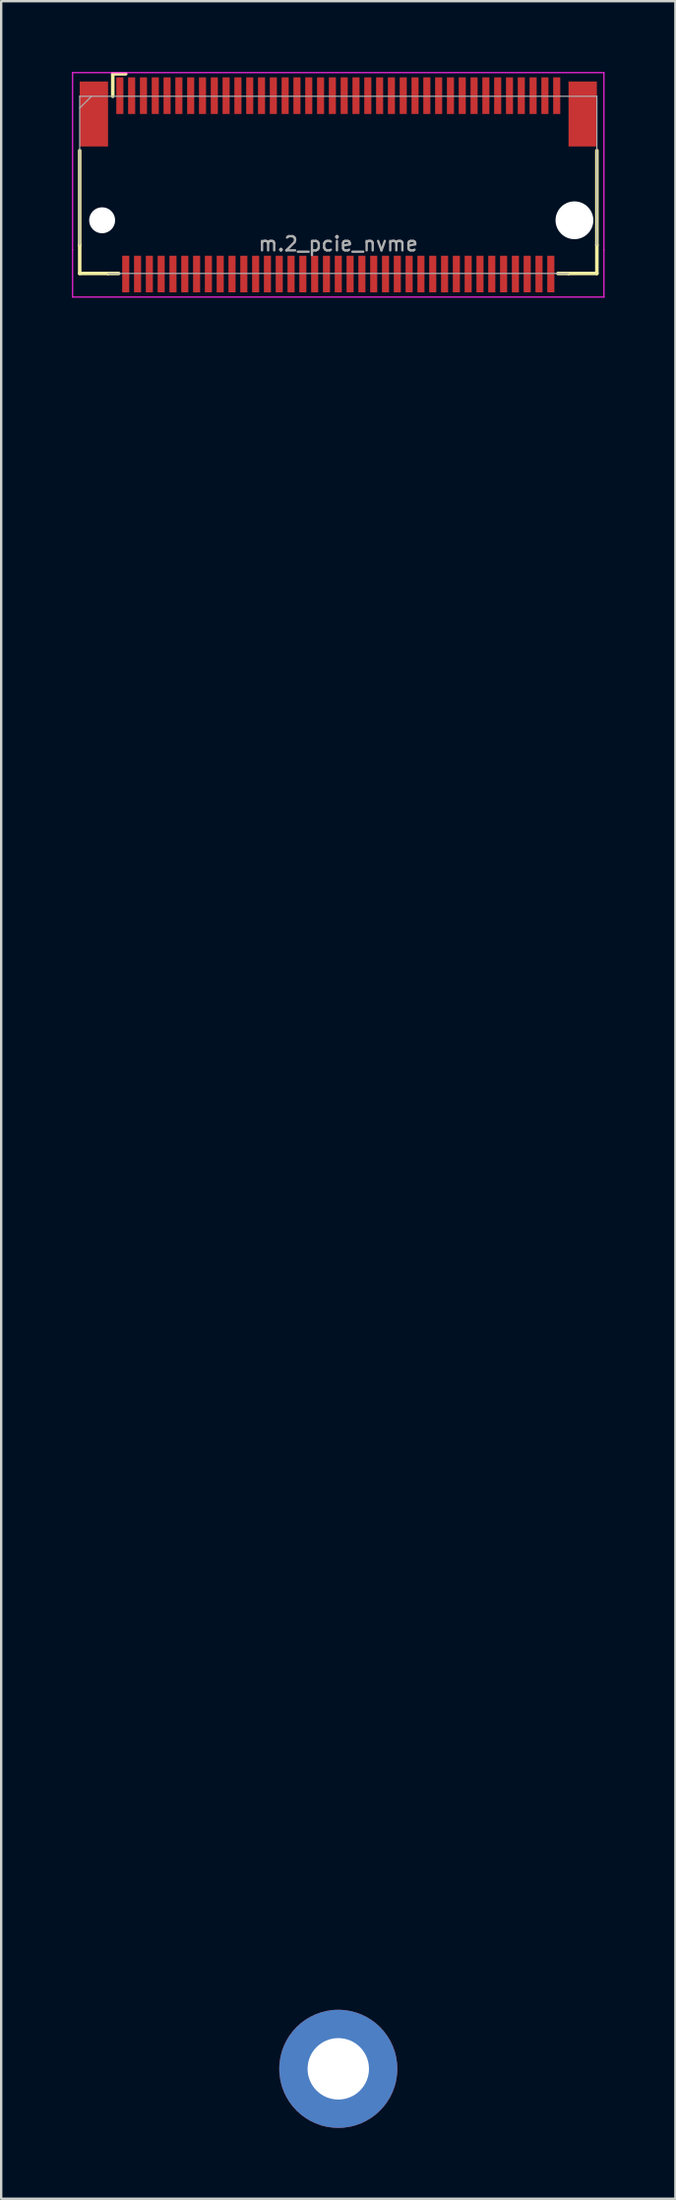
<source format=kicad_pcb>
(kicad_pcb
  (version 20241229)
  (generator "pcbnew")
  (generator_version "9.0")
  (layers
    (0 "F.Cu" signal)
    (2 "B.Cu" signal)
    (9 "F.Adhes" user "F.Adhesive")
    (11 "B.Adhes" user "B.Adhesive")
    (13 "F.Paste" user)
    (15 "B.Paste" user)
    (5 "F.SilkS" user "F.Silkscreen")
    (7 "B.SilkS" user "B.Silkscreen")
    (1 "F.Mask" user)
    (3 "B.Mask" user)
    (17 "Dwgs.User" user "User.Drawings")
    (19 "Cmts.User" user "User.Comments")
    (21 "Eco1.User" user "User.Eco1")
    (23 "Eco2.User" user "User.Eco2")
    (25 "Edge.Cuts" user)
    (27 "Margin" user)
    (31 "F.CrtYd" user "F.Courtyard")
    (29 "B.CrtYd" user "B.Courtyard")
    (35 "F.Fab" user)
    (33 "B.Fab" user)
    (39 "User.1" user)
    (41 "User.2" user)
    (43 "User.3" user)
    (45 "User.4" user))
  (footprint "m.2_pcie_nvme"
    (layer "F.Cu")
    (at 11.275 6.275)
    (property "Reference" "m.2_pcie_nvme" (at 0 1 180) (layer "F.Fab") (effects (font (size 0.6 0.6) (thickness 0.1))))
    (attr smd)
    (fp_line (start -10.95 1.05) (end -10.95 -2.95) (stroke (width 0.15) (type solid)) (layer "F.SilkS"))
    (fp_line (start -10.95 2.25) (end -10.95 1.05) (stroke (width 0.15) (type solid)) (layer "F.SilkS"))
    (fp_line (start -9.75 2.25) (end -10.95 2.25) (stroke (width 0.15) (type solid)) (layer "F.SilkS"))
    (fp_line (start -9.55 -6.2) (end -9 -6.2) (stroke (width 0.15) (type solid)) (layer "F.SilkS"))
    (fp_line (start -9.55 -5.25) (end -9.55 -6.2) (stroke (width 0.15) (type solid)) (layer "F.SilkS"))
    (fp_line (start -9.3 2.25) (end -9.75 2.25) (stroke (width 0.15) (type solid)) (layer "F.SilkS"))
    (fp_line (start 9.75 2.25) (end 9.3 2.25) (stroke (width 0.15) (type solid)) (layer "F.SilkS"))
    (fp_line (start 10.95 1.05) (end 10.95 -2.95) (stroke (width 0.15) (type solid)) (layer "F.SilkS"))
    (fp_line (start 10.95 1.05) (end 10.95 2.25) (stroke (width 0.15) (type solid)) (layer "F.SilkS"))
    (fp_line (start 10.95 2.25) (end 9.75 2.25) (stroke (width 0.15) (type solid)) (layer "F.SilkS"))
    (fp_line (start -11.25 -6.25) (end 11.25 -6.25) (stroke (width 0.05) (type solid)) (layer "F.CrtYd"))
    (fp_line (start -11.25 1.25) (end -11.25 -6.25) (stroke (width 0.05) (type solid)) (layer "F.CrtYd"))
    (fp_line (start -11.25 3.25) (end -11.25 1.25) (stroke (width 0.05) (type solid)) (layer "F.CrtYd"))
    (fp_line (start 11.25 -6.25) (end 11.25 1.25) (stroke (width 0.05) (type solid)) (layer "F.CrtYd"))
    (fp_line (start 11.25 1.25) (end 11.25 3.25) (stroke (width 0.05) (type solid)) (layer "F.CrtYd"))
    (fp_line (start 11.25 3.25) (end -11.25 3.25) (stroke (width 0.05) (type solid)) (layer "F.CrtYd"))
    (fp_line (start -10.95 -5.25) (end -10.95 1.05) (stroke (width 0.05) (type solid)) (layer "F.Fab"))
    (fp_line (start -10.95 -5.25) (end 10.95 -5.25) (stroke (width 0.05) (type solid)) (layer "F.Fab"))
    (fp_line (start -10.95 -4.75) (end -10.45 -5.25) (stroke (width 0.05) (type solid)) (layer "F.Fab"))
    (fp_line (start -9.75 2.25) (end 9.75 2.25) (stroke (width 0.05) (type solid)) (layer "F.Fab"))
    (fp_line (start 10.95 1.05) (end 10.95 -5.25) (stroke (width 0.05) (type solid)) (layer "F.Fab"))
    (pad "" np_thru_hole circle (at -10 0) (size 1.1 1.1) (drill 1.1) (layers "*.Cu"))
    (pad "" np_thru_hole circle (at 10 0) (size 1.6 1.6) (drill 1.6) (layers "*.Cu"))
    (pad "1" smd rect (at -9.25 -5.275) (size 0.3 1.55) (layers "F.Cu" "F.Mask" "F.Paste"))
    (pad "2" smd rect (at -9 2.275) (size 0.3 1.55) (layers "F.Cu" "F.Mask" "F.Paste"))
    (pad "3" smd rect (at -8.75 -5.275) (size 0.3 1.55) (layers "F.Cu" "F.Mask" "F.Paste"))
    (pad "4" smd rect (at -8.5 2.275) (size 0.3 1.55) (layers "F.Cu" "F.Mask" "F.Paste"))
    (pad "5" smd rect (at -8.25 -5.275) (size 0.3 1.55) (layers "F.Cu" "F.Mask" "F.Paste"))
    (pad "6" smd rect (at -8 2.275) (size 0.3 1.55) (layers "F.Cu" "F.Mask" "F.Paste"))
    (pad "7" smd rect (at -7.75 -5.275) (size 0.3 1.55) (layers "F.Cu" "F.Mask" "F.Paste"))
    (pad "8" smd rect (at -7.5 2.275) (size 0.3 1.55) (layers "F.Cu" "F.Mask" "F.Paste"))
    (pad "9" smd rect (at -7.25 -5.275) (size 0.3 1.55) (layers "F.Cu" "F.Mask" "F.Paste"))
    (pad "10" smd rect (at -7 2.275) (size 0.3 1.55) (layers "F.Cu" "F.Mask" "F.Paste"))
    (pad "11" smd rect (at -6.75 -5.275) (size 0.3 1.55) (layers "F.Cu" "F.Mask" "F.Paste"))
    (pad "12" smd rect (at -6.5 2.275) (size 0.3 1.55) (layers "F.Cu" "F.Mask" "F.Paste"))
    (pad "13" smd rect (at -6.25 -5.275) (size 0.3 1.55) (layers "F.Cu" "F.Mask" "F.Paste"))
    (pad "14" smd rect (at -6 2.275) (size 0.3 1.55) (layers "F.Cu" "F.Mask" "F.Paste"))
    (pad "15" smd rect (at -5.75 -5.275) (size 0.3 1.55) (layers "F.Cu" "F.Mask" "F.Paste"))
    (pad "16" smd rect (at -5.5 2.275) (size 0.3 1.55) (layers "F.Cu" "F.Mask" "F.Paste"))
    (pad "17" smd rect (at -5.25 -5.275) (size 0.3 1.55) (layers "F.Cu" "F.Mask" "F.Paste"))
    (pad "18" smd rect (at -5 2.275) (size 0.3 1.55) (layers "F.Cu" "F.Mask" "F.Paste"))
    (pad "19" smd rect (at -4.75 -5.275) (size 0.3 1.55) (layers "F.Cu" "F.Mask" "F.Paste"))
    (pad "20" smd rect (at -4.5 2.275) (size 0.3 1.55) (layers "F.Cu" "F.Mask" "F.Paste"))
    (pad "21" smd rect (at -4.25 -5.275) (size 0.3 1.55) (layers "F.Cu" "F.Mask" "F.Paste"))
    (pad "22" smd rect (at -4 2.275) (size 0.3 1.55) (layers "F.Cu" "F.Mask" "F.Paste"))
    (pad "23" smd rect (at -3.75 -5.275) (size 0.3 1.55) (layers "F.Cu" "F.Mask" "F.Paste"))
    (pad "24" smd rect (at -3.5 2.275) (size 0.3 1.55) (layers "F.Cu" "F.Mask" "F.Paste"))
    (pad "25" smd rect (at -3.25 -5.275) (size 0.3 1.55) (layers "F.Cu" "F.Mask" "F.Paste"))
    (pad "26" smd rect (at -3 2.275) (size 0.3 1.55) (layers "F.Cu" "F.Mask" "F.Paste"))
    (pad "27" smd rect (at -2.75 -5.275) (size 0.3 1.55) (layers "F.Cu" "F.Mask" "F.Paste"))
    (pad "28" smd rect (at -2.5 2.275) (size 0.3 1.55) (layers "F.Cu" "F.Mask" "F.Paste"))
    (pad "29" smd rect (at -2.25 -5.275) (size 0.3 1.55) (layers "F.Cu" "F.Mask" "F.Paste"))
    (pad "30" smd rect (at -2 2.275) (size 0.3 1.55) (layers "F.Cu" "F.Mask" "F.Paste"))
    (pad "31" smd rect (at -1.75 -5.275) (size 0.3 1.55) (layers "F.Cu" "F.Mask" "F.Paste"))
    (pad "32" smd rect (at -1.5 2.275) (size 0.3 1.55) (layers "F.Cu" "F.Mask" "F.Paste"))
    (pad "33" smd rect (at -1.25 -5.275) (size 0.3 1.55) (layers "F.Cu" "F.Mask" "F.Paste"))
    (pad "34" smd rect (at -1 2.275) (size 0.3 1.55) (layers "F.Cu" "F.Mask" "F.Paste"))
    (pad "35" smd rect (at -0.75 -5.275) (size 0.3 1.55) (layers "F.Cu" "F.Mask" "F.Paste"))
    (pad "36" smd rect (at -0.5 2.275) (size 0.3 1.55) (layers "F.Cu" "F.Mask" "F.Paste"))
    (pad "37" smd rect (at -0.25 -5.275) (size 0.3 1.55) (layers "F.Cu" "F.Mask" "F.Paste"))
    (pad "38" smd rect (at 0 2.275) (size 0.3 1.55) (layers "F.Cu" "F.Mask" "F.Paste"))
    (pad "39" smd rect (at 0.25 -5.275) (size 0.3 1.55) (layers "F.Cu" "F.Mask" "F.Paste"))
    (pad "40" smd rect (at 0.5 2.275) (size 0.3 1.55) (layers "F.Cu" "F.Mask" "F.Paste"))
    (pad "41" smd rect (at 0.75 -5.275) (size 0.3 1.55) (layers "F.Cu" "F.Mask" "F.Paste"))
    (pad "42" smd rect (at 1 2.275) (size 0.3 1.55) (layers "F.Cu" "F.Mask" "F.Paste"))
    (pad "43" smd rect (at 1.25 -5.275) (size 0.3 1.55) (layers "F.Cu" "F.Mask" "F.Paste"))
    (pad "44" smd rect (at 1.5 2.275) (size 0.3 1.55) (layers "F.Cu" "F.Mask" "F.Paste"))
    (pad "45" smd rect (at 1.75 -5.275) (size 0.3 1.55) (layers "F.Cu" "F.Mask" "F.Paste"))
    (pad "46" smd rect (at 2 2.275) (size 0.3 1.55) (layers "F.Cu" "F.Mask" "F.Paste"))
    (pad "47" smd rect (at 2.25 -5.275) (size 0.3 1.55) (layers "F.Cu" "F.Mask" "F.Paste"))
    (pad "48" smd rect (at 2.5 2.275) (size 0.3 1.55) (layers "F.Cu" "F.Mask" "F.Paste"))
    (pad "49" smd rect (at 2.75 -5.275) (size 0.3 1.55) (layers "F.Cu" "F.Mask" "F.Paste"))
    (pad "50" smd rect (at 3 2.275) (size 0.3 1.55) (layers "F.Cu" "F.Mask" "F.Paste"))
    (pad "51" smd rect (at 3.25 -5.275) (size 0.3 1.55) (layers "F.Cu" "F.Mask" "F.Paste"))
    (pad "52" smd rect (at 3.5 2.275) (size 0.3 1.55) (layers "F.Cu" "F.Mask" "F.Paste"))
    (pad "53" smd rect (at 3.75 -5.275) (size 0.3 1.55) (layers "F.Cu" "F.Mask" "F.Paste"))
    (pad "54" smd rect (at 4 2.275) (size 0.3 1.55) (layers "F.Cu" "F.Mask" "F.Paste"))
    (pad "55" smd rect (at 4.25 -5.275) (size 0.3 1.55) (layers "F.Cu" "F.Mask" "F.Paste"))
    (pad "56" smd rect (at 4.5 2.275) (size 0.3 1.55) (layers "F.Cu" "F.Mask" "F.Paste"))
    (pad "57" smd rect (at 4.75 -5.275) (size 0.3 1.55) (layers "F.Cu" "F.Mask" "F.Paste"))
    (pad "58" smd rect (at 5 2.275) (size 0.3 1.55) (layers "F.Cu" "F.Mask" "F.Paste"))
    (pad "59" smd rect (at 5.25 -5.275) (size 0.3 1.55) (layers "F.Cu" "F.Mask" "F.Paste"))
    (pad "60" smd rect (at 5.5 2.275) (size 0.3 1.55) (layers "F.Cu" "F.Mask" "F.Paste"))
    (pad "61" smd rect (at 5.75 -5.275) (size 0.3 1.55) (layers "F.Cu" "F.Mask" "F.Paste"))
    (pad "62" smd rect (at 6 2.275) (size 0.3 1.55) (layers "F.Cu" "F.Mask" "F.Paste"))
    (pad "63" smd rect (at 6.25 -5.275) (size 0.3 1.55) (layers "F.Cu" "F.Mask" "F.Paste"))
    (pad "64" smd rect (at 6.5 2.275) (size 0.3 1.55) (layers "F.Cu" "F.Mask" "F.Paste"))
    (pad "65" smd rect (at 6.75 -5.275) (size 0.3 1.55) (layers "F.Cu" "F.Mask" "F.Paste"))
    (pad "66" smd rect (at 7 2.275) (size 0.3 1.55) (layers "F.Cu" "F.Mask" "F.Paste"))
    (pad "67" smd rect (at 7.25 -5.275) (size 0.3 1.55) (layers "F.Cu" "F.Mask" "F.Paste"))
    (pad "68" smd rect (at 7.5 2.275) (size 0.3 1.55) (layers "F.Cu" "F.Mask" "F.Paste"))
    (pad "69" smd rect (at 7.75 -5.275) (size 0.3 1.55) (layers "F.Cu" "F.Mask" "F.Paste"))
    (pad "70" smd rect (at 8 2.275) (size 0.3 1.55) (layers "F.Cu" "F.Mask" "F.Paste"))
    (pad "71" smd rect (at 8.25 -5.275) (size 0.3 1.55) (layers "F.Cu" "F.Mask" "F.Paste"))
    (pad "72" smd rect (at 8.5 2.275) (size 0.3 1.55) (layers "F.Cu" "F.Mask" "F.Paste"))
    (pad "73" smd rect (at 8.75 -5.275) (size 0.3 1.55) (layers "F.Cu" "F.Mask" "F.Paste"))
    (pad "74" smd rect (at 9 2.275) (size 0.3 1.55) (layers "F.Cu" "F.Mask" "F.Paste"))
    (pad "75" smd rect (at 9.25 -5.275) (size 0.3 1.55) (layers "F.Cu" "F.Mask" "F.Paste"))
    (pad "76" thru_hole circle (at 0 78.25) (size 5 5) (drill 2.6) (layers "*.Cu" "*.Mask"))
    (pad "MP" smd rect (at -10.35 -4.5) (size 1.2 2.75) (layers "F.Cu" "F.Mask" "F.Paste"))
    (pad "MP" smd rect (at 10.35 -4.5) (size 1.2 2.75) (layers "F.Cu" "F.Mask" "F.Paste")))
  (gr_rect
    (start -3 -3)
    (end 25.55 90.025)
    (stroke (width 0.1) (type default))
    (fill no)
    (layer "Edge.Cuts")))
</source>
